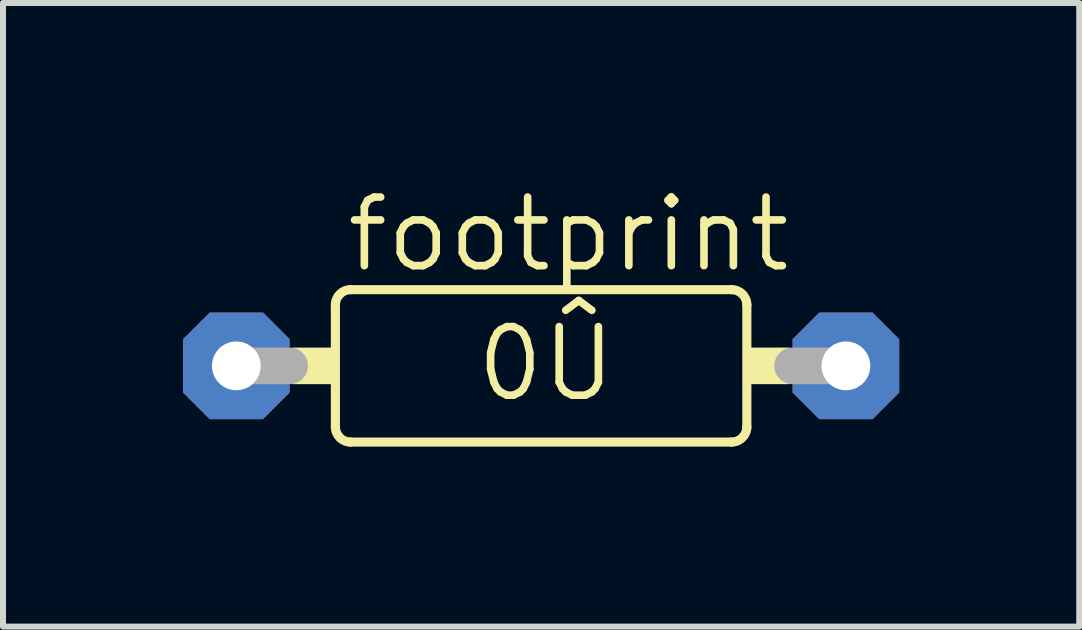
<source format=kicad_pcb>
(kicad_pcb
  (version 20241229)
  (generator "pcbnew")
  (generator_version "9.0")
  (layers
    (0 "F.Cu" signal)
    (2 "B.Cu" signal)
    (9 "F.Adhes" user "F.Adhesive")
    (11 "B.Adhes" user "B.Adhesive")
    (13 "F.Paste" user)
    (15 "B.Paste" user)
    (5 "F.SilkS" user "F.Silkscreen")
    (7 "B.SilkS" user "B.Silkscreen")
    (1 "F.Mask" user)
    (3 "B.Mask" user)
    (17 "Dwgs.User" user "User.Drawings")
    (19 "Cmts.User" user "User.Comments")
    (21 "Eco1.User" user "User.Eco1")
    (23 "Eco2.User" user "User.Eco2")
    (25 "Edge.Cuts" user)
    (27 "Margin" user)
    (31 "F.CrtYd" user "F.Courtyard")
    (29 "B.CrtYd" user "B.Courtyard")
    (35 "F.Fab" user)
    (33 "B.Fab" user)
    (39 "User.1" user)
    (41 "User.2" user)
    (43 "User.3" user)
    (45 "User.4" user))
  (footprint "footprint"
    (layer "F.Cu")
    (at 5.969 3.048)
    (property "Reference" "footprint" (at -3.302 -1.524 0) (layer "F.SilkS") (effects (font (size 1.143 1.143) (thickness 0.127)) (justify left bottom)))
    (fp_line (start -3.429 -1.016) (end -3.429 1.016) (stroke (width 0.152) (type solid)) (layer "F.SilkS"))
    (fp_line (start -3.175 -1.27) (end 3.175 -1.27) (stroke (width 0.152) (type solid)) (layer "F.SilkS"))
    (fp_line (start 3.175 1.27) (end -3.175 1.27) (stroke (width 0.152) (type solid)) (layer "F.SilkS"))
    (fp_line (start 3.429 -1.016) (end 3.429 1.016) (stroke (width 0.152) (type solid)) (layer "F.SilkS"))
    (fp_arc (start -3.429 -1.016) (mid -3.354605 -1.195605) (end -3.175 -1.27) (stroke (width 0.1524) (type solid)) (layer "F.SilkS"))
    (fp_arc (start -3.175 1.27) (mid -3.354605 1.195605) (end -3.429 1.016) (stroke (width 0.1524) (type solid)) (layer "F.SilkS"))
    (fp_arc (start 3.175 -1.27) (mid 3.354605 -1.195605) (end 3.429 -1.016) (stroke (width 0.1524) (type solid)) (layer "F.SilkS"))
    (fp_arc (start 3.429 1.016) (mid 3.354605 1.195605) (end 3.175 1.27) (stroke (width 0.1524) (type solid)) (layer "F.SilkS"))
    (fp_poly (pts (xy -4.14 0.305) (xy -3.429 0.305) (xy -3.429 -0.305) (xy -4.14 -0.305)) (stroke (width 0) (type solid)) (fill yes) (layer "F.SilkS"))
    (fp_poly (pts (xy 3.429 0.305) (xy 4.14 0.305) (xy 4.14 -0.305) (xy 3.429 -0.305)) (stroke (width 0) (type solid)) (fill yes) (layer "F.SilkS"))
    (fp_line (start -5.08 0) (end -4.191 0) (stroke (width 0.61) (type solid)) (layer "F.Fab"))
    (fp_line (start 5.08 0) (end 4.191 0) (stroke (width 0.61) (type solid)) (layer "F.Fab"))
    (fp_text user "0Û" (at -1.143 0.635 0) (layer "F.SilkS") (effects (font (size 1.143 1.143) (thickness 0.127)) (justify left bottom)))
    (pad "1" thru_hole roundrect (at -5.08 0) (size 1.778 1.778) (drill 0.813) (layers "*.Cu" "*.Mask") (roundrect_rratio 0.25) (chamfer_ratio 0.25) (chamfer top_left top_right bottom_left bottom_right))
    (pad "2" thru_hole roundrect (at 5.08 0) (size 1.778 1.778) (drill 0.813) (layers "*.Cu" "*.Mask") (roundrect_rratio 0.25) (chamfer_ratio 0.25) (chamfer top_left top_right bottom_left bottom_right)))
  (gr_rect
    (start -3 -3)
    (end 14.938 7.394)
    (stroke (width 0.1) (type default))
    (fill no)
    (layer "Edge.Cuts")))
</source>
